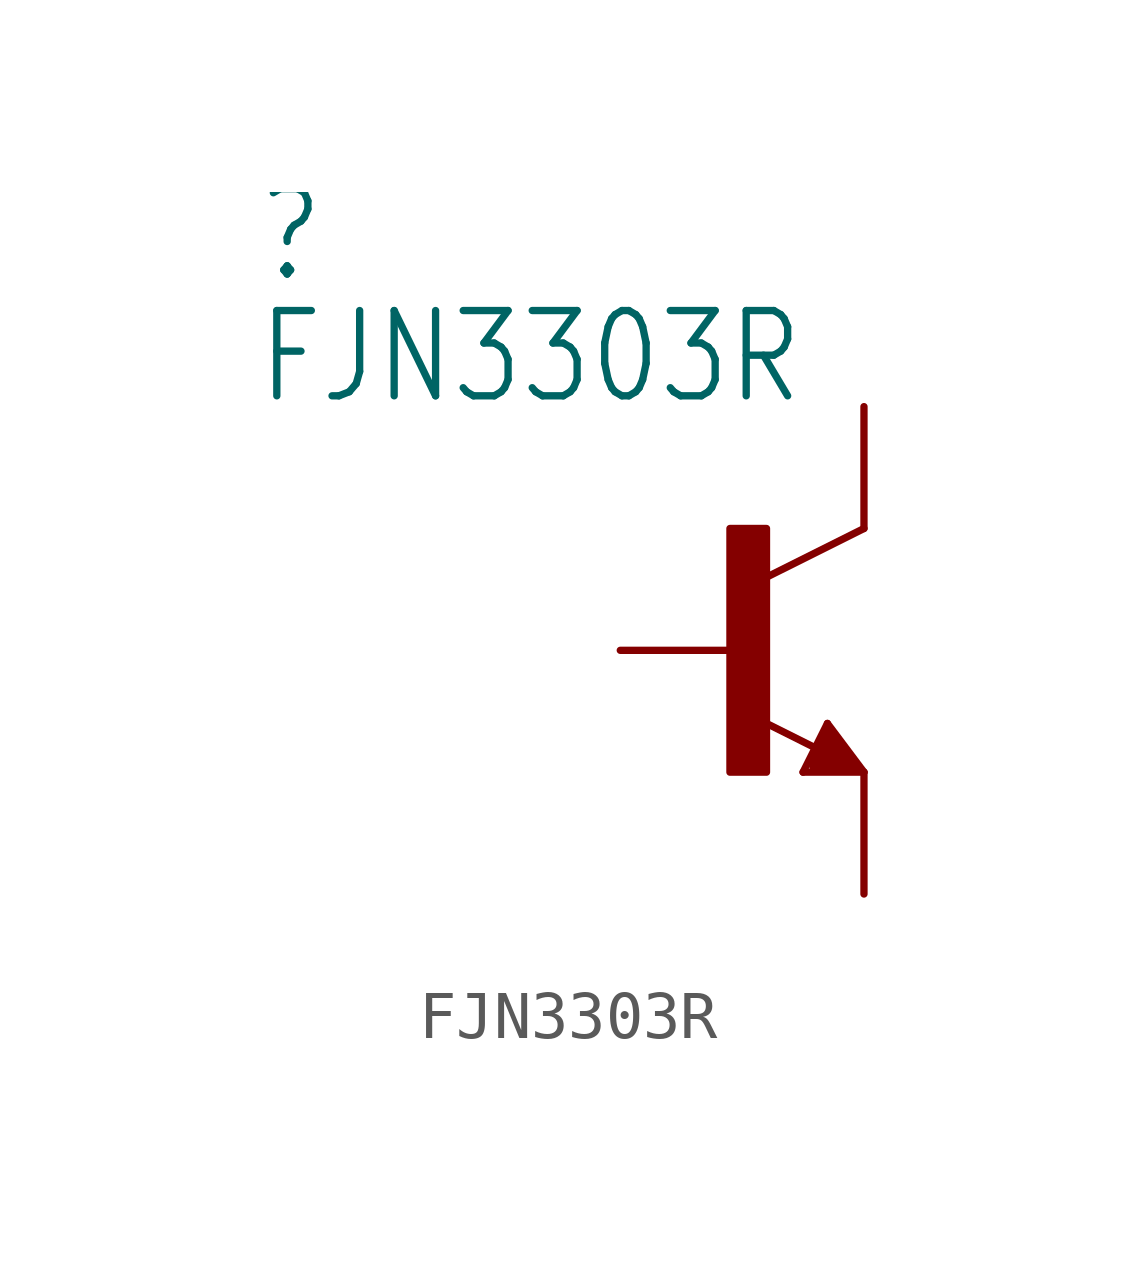
<source format=kicad_sym>
(kicad_symbol_lib
  (version 20211014)
  (generator kicad_symbol_editor)
  (symbol "FJN3303R"
    (property "Reference" ""
      (at -10.16 7.62 0)
      (effects (font (size 1.778 1.511)) (justify left bottom)))
    (property "Value" "FJN3303R"
      (at -10.16 5.08 0)
      (effects (font (size 1.778 1.511)) (justify left bottom)))
    (property "ki_locked" ""
      (at 0 0 0)
      (effects (font (size 1.27 1.27))))
    (symbol "FJN3303R_1_0"
      (rectangle (start -0.254 -2.54) (end 0.508 2.54) (stroke (width 0) (type default) (color 0 0 0 0)) (fill (type outline)))
      (polyline (pts (xy 1.27 -2.54) (xy 1.778 -1.524)) (stroke (width 0.152) (type default) (color 0 0 0 0)) (fill (type none)))
      (polyline (pts (xy 1.524 -2.413) (xy 2.286 -2.413)) (stroke (width 0.254) (type default) (color 0 0 0 0)) (fill (type none)))
      (polyline (pts (xy 1.524 -2.286) (xy 1.905 -2.286)) (stroke (width 0.254) (type default) (color 0 0 0 0)) (fill (type none)))
      (polyline (pts (xy 1.54 -2.04) (xy 0.308 -1.424)) (stroke (width 0.152) (type default) (color 0 0 0 0)) (fill (type none)))
      (polyline (pts (xy 1.778 -1.778) (xy 1.524 -2.286)) (stroke (width 0.254) (type default) (color 0 0 0 0)) (fill (type none)))
      (polyline (pts (xy 1.778 -1.524) (xy 2.54 -2.54)) (stroke (width 0.152) (type default) (color 0 0 0 0)) (fill (type none)))
      (polyline (pts (xy 1.905 -2.286) (xy 1.778 -2.032)) (stroke (width 0.254) (type default) (color 0 0 0 0)) (fill (type none)))
      (polyline (pts (xy 2.286 -2.413) (xy 1.778 -1.778)) (stroke (width 0.254) (type default) (color 0 0 0 0)) (fill (type none)))
      (polyline (pts (xy 2.54 -2.54) (xy 1.27 -2.54)) (stroke (width 0.152) (type default) (color 0 0 0 0)) (fill (type none)))
      (polyline (pts (xy 2.54 2.54) (xy 0.508 1.524)) (stroke (width 0.152) (type default) (color 0 0 0 0)) (fill (type none)))
      (pin passive line (at -2.54 0 0) (length 2.54) (name "B" (effects (font (size 0 0)))) (number "1" (effects (font (size 0 0)))))
      (pin passive line (at 2.54 5.08 270) (length 2.54) (name "C" (effects (font (size 0 0)))) (number "2" (effects (font (size 0 0)))))
      (pin passive line (at 2.54 -5.08 90) (length 2.54) (name "E" (effects (font (size 0 0)))) (number "3" (effects (font (size 0 0))))))))
</source>
